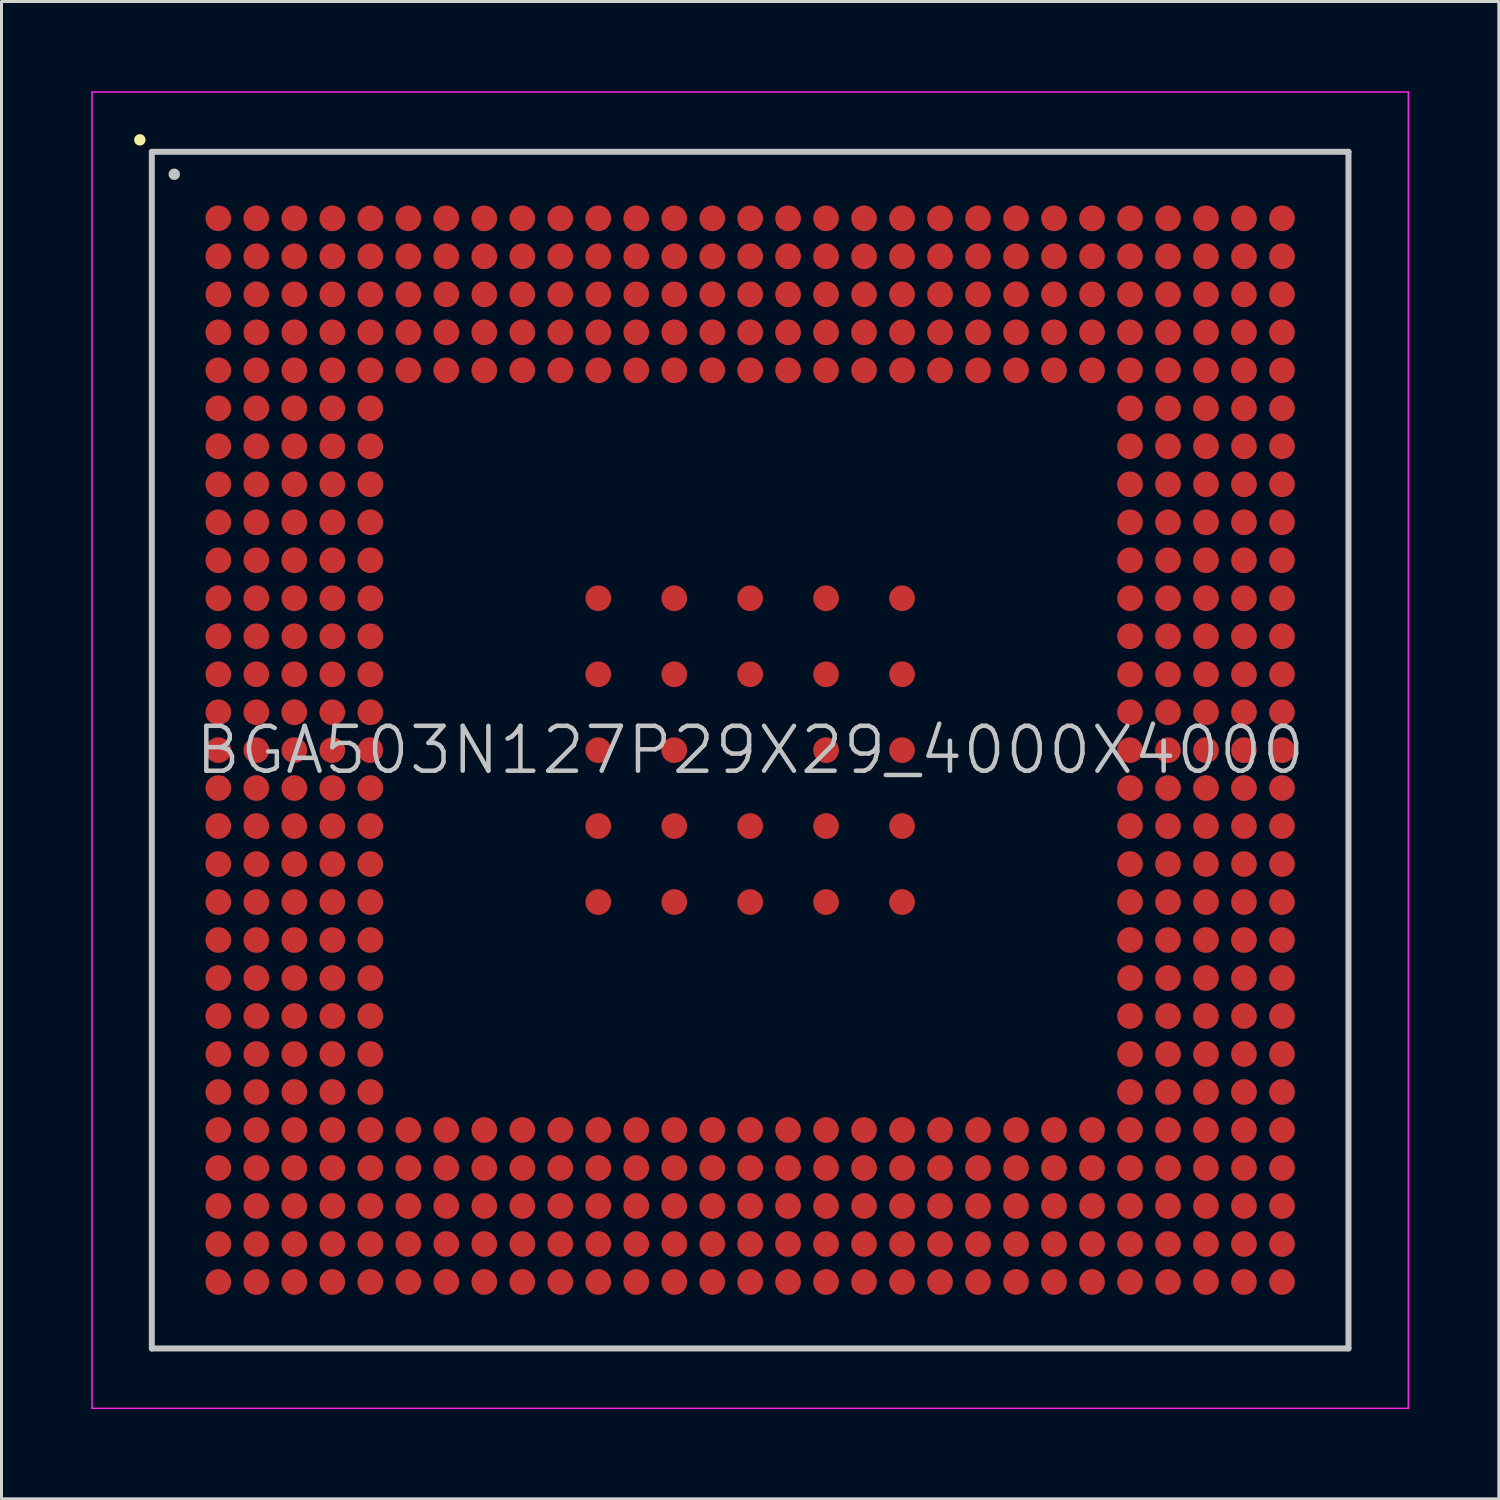
<source format=kicad_pcb>
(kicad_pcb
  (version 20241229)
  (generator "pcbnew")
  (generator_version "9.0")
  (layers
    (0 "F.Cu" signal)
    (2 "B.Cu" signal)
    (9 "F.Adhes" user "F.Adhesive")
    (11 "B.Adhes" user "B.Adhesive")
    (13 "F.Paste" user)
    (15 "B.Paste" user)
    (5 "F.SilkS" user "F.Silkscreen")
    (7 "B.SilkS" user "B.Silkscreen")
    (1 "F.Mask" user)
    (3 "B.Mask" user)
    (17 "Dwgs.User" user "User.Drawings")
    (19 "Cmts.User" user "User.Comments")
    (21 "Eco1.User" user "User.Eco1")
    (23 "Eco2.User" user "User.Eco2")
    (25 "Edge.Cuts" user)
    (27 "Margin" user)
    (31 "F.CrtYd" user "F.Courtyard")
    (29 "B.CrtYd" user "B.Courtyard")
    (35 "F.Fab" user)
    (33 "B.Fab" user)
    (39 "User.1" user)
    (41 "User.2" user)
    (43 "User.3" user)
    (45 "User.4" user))
  (footprint "BGA503N127P29X29_4000X4000"
    (layer "F.Cu")
    (at 22.025 22.025)
    (property "Reference" "BGA503N127P29X29_4000X4000" (at 0 0 0) (layer "Dwgs.User") (effects (font (size 1.5 1.5) (thickness 0.15))))
    (attr smd)
    (fp_line (start -20.4 -20.4) (end -20.4 -20.4) (stroke (width 0.381) (type solid)) (layer "F.SilkS"))
    (fp_line (start -20 -20) (end -20 20) (stroke (width 0.2) (type solid)) (layer "Dwgs.User"))
    (fp_line (start -20 -20) (end 20 -20) (stroke (width 0.2) (type solid)) (layer "Dwgs.User"))
    (fp_line (start -20 20) (end 20 20) (stroke (width 0.2) (type solid)) (layer "Dwgs.User"))
    (fp_line (start -19.25 -19.25) (end -19.25 -19.25) (stroke (width 0.381) (type solid)) (layer "Dwgs.User"))
    (fp_line (start 20 -20) (end 20 20) (stroke (width 0.2) (type solid)) (layer "Dwgs.User"))
    (fp_line (start -22 -22) (end -22 22) (stroke (width 0.05) (type solid)) (layer "F.CrtYd"))
    (fp_line (start -22 -22) (end 22 -22) (stroke (width 0.05) (type solid)) (layer "F.CrtYd"))
    (fp_line (start -22 22) (end 22 22) (stroke (width 0.05) (type solid)) (layer "F.CrtYd"))
    (fp_line (start 22 -22) (end 22 22) (stroke (width 0.05) (type solid)) (layer "F.CrtYd"))
    (pad "A1" smd circle (at -17.777 -17.777 270) (size 0.86 0.86) (layers "F.Cu" "F.Mask" "F.Paste"))
    (pad "A2" smd circle (at -16.507 -17.777 270) (size 0.86 0.86) (layers "F.Cu" "F.Mask" "F.Paste"))
    (pad "A3" smd circle (at -15.237 -17.777 270) (size 0.86 0.86) (layers "F.Cu" "F.Mask" "F.Paste"))
    (pad "A4" smd circle (at -13.967 -17.777 270) (size 0.86 0.86) (layers "F.Cu" "F.Mask" "F.Paste"))
    (pad "A5" smd circle (at -12.697 -17.777 270) (size 0.86 0.86) (layers "F.Cu" "F.Mask" "F.Paste"))
    (pad "A6" smd circle (at -11.427 -17.777 270) (size 0.86 0.86) (layers "F.Cu" "F.Mask" "F.Paste"))
    (pad "A7" smd circle (at -10.157 -17.777 270) (size 0.86 0.86) (layers "F.Cu" "F.Mask" "F.Paste"))
    (pad "A8" smd circle (at -8.887 -17.777 270) (size 0.86 0.86) (layers "F.Cu" "F.Mask" "F.Paste"))
    (pad "A9" smd circle (at -7.617 -17.777 270) (size 0.86 0.86) (layers "F.Cu" "F.Mask" "F.Paste"))
    (pad "A10" smd circle (at -6.347 -17.777 270) (size 0.86 0.86) (layers "F.Cu" "F.Mask" "F.Paste"))
    (pad "A11" smd circle (at -5.077 -17.777 270) (size 0.86 0.86) (layers "F.Cu" "F.Mask" "F.Paste"))
    (pad "A12" smd circle (at -3.807 -17.777 270) (size 0.86 0.86) (layers "F.Cu" "F.Mask" "F.Paste"))
    (pad "A13" smd circle (at -2.537 -17.777 270) (size 0.86 0.86) (layers "F.Cu" "F.Mask" "F.Paste"))
    (pad "A14" smd circle (at -1.267 -17.777 270) (size 0.86 0.86) (layers "F.Cu" "F.Mask" "F.Paste"))
    (pad "A15" smd circle (at 0 -17.777 270) (size 0.86 0.86) (layers "F.Cu" "F.Mask" "F.Paste"))
    (pad "A16" smd circle (at 1.267 -17.777 270) (size 0.86 0.86) (layers "F.Cu" "F.Mask" "F.Paste"))
    (pad "A17" smd circle (at 2.537 -17.777 270) (size 0.86 0.86) (layers "F.Cu" "F.Mask" "F.Paste"))
    (pad "A18" smd circle (at 3.807 -17.777 270) (size 0.86 0.86) (layers "F.Cu" "F.Mask" "F.Paste"))
    (pad "A19" smd circle (at 5.077 -17.777 270) (size 0.86 0.86) (layers "F.Cu" "F.Mask" "F.Paste"))
    (pad "A20" smd circle (at 6.347 -17.777 270) (size 0.86 0.86) (layers "F.Cu" "F.Mask" "F.Paste"))
    (pad "A21" smd circle (at 7.617 -17.777 270) (size 0.86 0.86) (layers "F.Cu" "F.Mask" "F.Paste"))
    (pad "A22" smd circle (at 8.887 -17.777 270) (size 0.86 0.86) (layers "F.Cu" "F.Mask" "F.Paste"))
    (pad "A23" smd circle (at 10.157 -17.777 270) (size 0.86 0.86) (layers "F.Cu" "F.Mask" "F.Paste"))
    (pad "A24" smd circle (at 11.427 -17.777 270) (size 0.86 0.86) (layers "F.Cu" "F.Mask" "F.Paste"))
    (pad "A25" smd circle (at 12.697 -17.777 270) (size 0.86 0.86) (layers "F.Cu" "F.Mask" "F.Paste"))
    (pad "A26" smd circle (at 13.967 -17.777 270) (size 0.86 0.86) (layers "F.Cu" "F.Mask" "F.Paste"))
    (pad "A27" smd circle (at 15.237 -17.777 270) (size 0.86 0.86) (layers "F.Cu" "F.Mask" "F.Paste"))
    (pad "A28" smd circle (at 16.507 -17.777 270) (size 0.86 0.86) (layers "F.Cu" "F.Mask" "F.Paste"))
    (pad "A29" smd circle (at 17.777 -17.777 270) (size 0.86 0.86) (layers "F.Cu" "F.Mask" "F.Paste"))
    (pad "AA1" smd circle (at -17.777 7.617 270) (size 0.86 0.86) (layers "F.Cu" "F.Mask" "F.Paste"))
    (pad "AA2" smd circle (at -16.507 7.617 270) (size 0.86 0.86) (layers "F.Cu" "F.Mask" "F.Paste"))
    (pad "AA3" smd circle (at -15.237 7.617 270) (size 0.86 0.86) (layers "F.Cu" "F.Mask" "F.Paste"))
    (pad "AA4" smd circle (at -13.967 7.617 270) (size 0.86 0.86) (layers "F.Cu" "F.Mask" "F.Paste"))
    (pad "AA5" smd circle (at -12.697 7.617 270) (size 0.86 0.86) (layers "F.Cu" "F.Mask" "F.Paste"))
    (pad "AA25" smd circle (at 12.697 7.617 270) (size 0.86 0.86) (layers "F.Cu" "F.Mask" "F.Paste"))
    (pad "AA26" smd circle (at 13.967 7.617 270) (size 0.86 0.86) (layers "F.Cu" "F.Mask" "F.Paste"))
    (pad "AA27" smd circle (at 15.237 7.617 270) (size 0.86 0.86) (layers "F.Cu" "F.Mask" "F.Paste"))
    (pad "AA28" smd circle (at 16.507 7.617 270) (size 0.86 0.86) (layers "F.Cu" "F.Mask" "F.Paste"))
    (pad "AA29" smd circle (at 17.777 7.617 270) (size 0.86 0.86) (layers "F.Cu" "F.Mask" "F.Paste"))
    (pad "AB1" smd circle (at -17.777 8.887 270) (size 0.86 0.86) (layers "F.Cu" "F.Mask" "F.Paste"))
    (pad "AB2" smd circle (at -16.507 8.887 270) (size 0.86 0.86) (layers "F.Cu" "F.Mask" "F.Paste"))
    (pad "AB3" smd circle (at -15.237 8.887 270) (size 0.86 0.86) (layers "F.Cu" "F.Mask" "F.Paste"))
    (pad "AB4" smd circle (at -13.967 8.887 270) (size 0.86 0.86) (layers "F.Cu" "F.Mask" "F.Paste"))
    (pad "AB5" smd circle (at -12.697 8.887 270) (size 0.86 0.86) (layers "F.Cu" "F.Mask" "F.Paste"))
    (pad "AB25" smd circle (at 12.697 8.887 270) (size 0.86 0.86) (layers "F.Cu" "F.Mask" "F.Paste"))
    (pad "AB26" smd circle (at 13.967 8.887 270) (size 0.86 0.86) (layers "F.Cu" "F.Mask" "F.Paste"))
    (pad "AB27" smd circle (at 15.237 8.887 270) (size 0.86 0.86) (layers "F.Cu" "F.Mask" "F.Paste"))
    (pad "AB28" smd circle (at 16.507 8.887 270) (size 0.86 0.86) (layers "F.Cu" "F.Mask" "F.Paste"))
    (pad "AB29" smd circle (at 17.777 8.887 270) (size 0.86 0.86) (layers "F.Cu" "F.Mask" "F.Paste"))
    (pad "AC1" smd circle (at -17.777 10.157 270) (size 0.86 0.86) (layers "F.Cu" "F.Mask" "F.Paste"))
    (pad "AC2" smd circle (at -16.507 10.157 270) (size 0.86 0.86) (layers "F.Cu" "F.Mask" "F.Paste"))
    (pad "AC3" smd circle (at -15.237 10.157 270) (size 0.86 0.86) (layers "F.Cu" "F.Mask" "F.Paste"))
    (pad "AC4" smd circle (at -13.967 10.157 270) (size 0.86 0.86) (layers "F.Cu" "F.Mask" "F.Paste"))
    (pad "AC5" smd circle (at -12.697 10.157 270) (size 0.86 0.86) (layers "F.Cu" "F.Mask" "F.Paste"))
    (pad "AC25" smd circle (at 12.697 10.157 270) (size 0.86 0.86) (layers "F.Cu" "F.Mask" "F.Paste"))
    (pad "AC26" smd circle (at 13.967 10.157 270) (size 0.86 0.86) (layers "F.Cu" "F.Mask" "F.Paste"))
    (pad "AC27" smd circle (at 15.237 10.157 270) (size 0.86 0.86) (layers "F.Cu" "F.Mask" "F.Paste"))
    (pad "AC28" smd circle (at 16.507 10.157 270) (size 0.86 0.86) (layers "F.Cu" "F.Mask" "F.Paste"))
    (pad "AC29" smd circle (at 17.777 10.157 270) (size 0.86 0.86) (layers "F.Cu" "F.Mask" "F.Paste"))
    (pad "AD1" smd circle (at -17.777 11.427 270) (size 0.86 0.86) (layers "F.Cu" "F.Mask" "F.Paste"))
    (pad "AD2" smd circle (at -16.507 11.427 270) (size 0.86 0.86) (layers "F.Cu" "F.Mask" "F.Paste"))
    (pad "AD3" smd circle (at -15.237 11.427 270) (size 0.86 0.86) (layers "F.Cu" "F.Mask" "F.Paste"))
    (pad "AD4" smd circle (at -13.967 11.427 270) (size 0.86 0.86) (layers "F.Cu" "F.Mask" "F.Paste"))
    (pad "AD5" smd circle (at -12.697 11.427 270) (size 0.86 0.86) (layers "F.Cu" "F.Mask" "F.Paste"))
    (pad "AD25" smd circle (at 12.697 11.427 270) (size 0.86 0.86) (layers "F.Cu" "F.Mask" "F.Paste"))
    (pad "AD26" smd circle (at 13.967 11.427 270) (size 0.86 0.86) (layers "F.Cu" "F.Mask" "F.Paste"))
    (pad "AD27" smd circle (at 15.237 11.427 270) (size 0.86 0.86) (layers "F.Cu" "F.Mask" "F.Paste"))
    (pad "AD28" smd circle (at 16.507 11.427 270) (size 0.86 0.86) (layers "F.Cu" "F.Mask" "F.Paste"))
    (pad "AD29" smd circle (at 17.777 11.427 270) (size 0.86 0.86) (layers "F.Cu" "F.Mask" "F.Paste"))
    (pad "AE1" smd circle (at -17.777 12.697 270) (size 0.86 0.86) (layers "F.Cu" "F.Mask" "F.Paste"))
    (pad "AE2" smd circle (at -16.507 12.697 270) (size 0.86 0.86) (layers "F.Cu" "F.Mask" "F.Paste"))
    (pad "AE3" smd circle (at -15.237 12.697 270) (size 0.86 0.86) (layers "F.Cu" "F.Mask" "F.Paste"))
    (pad "AE4" smd circle (at -13.967 12.697 270) (size 0.86 0.86) (layers "F.Cu" "F.Mask" "F.Paste"))
    (pad "AE5" smd circle (at -12.697 12.697 270) (size 0.86 0.86) (layers "F.Cu" "F.Mask" "F.Paste"))
    (pad "AE6" smd circle (at -11.427 12.697 270) (size 0.86 0.86) (layers "F.Cu" "F.Mask" "F.Paste"))
    (pad "AE7" smd circle (at -10.157 12.697 270) (size 0.86 0.86) (layers "F.Cu" "F.Mask" "F.Paste"))
    (pad "AE8" smd circle (at -8.887 12.697 270) (size 0.86 0.86) (layers "F.Cu" "F.Mask" "F.Paste"))
    (pad "AE9" smd circle (at -7.617 12.697 270) (size 0.86 0.86) (layers "F.Cu" "F.Mask" "F.Paste"))
    (pad "AE10" smd circle (at -6.347 12.697 270) (size 0.86 0.86) (layers "F.Cu" "F.Mask" "F.Paste"))
    (pad "AE11" smd circle (at -5.077 12.697 270) (size 0.86 0.86) (layers "F.Cu" "F.Mask" "F.Paste"))
    (pad "AE12" smd circle (at -3.807 12.697 270) (size 0.86 0.86) (layers "F.Cu" "F.Mask" "F.Paste"))
    (pad "AE13" smd circle (at -2.537 12.697 270) (size 0.86 0.86) (layers "F.Cu" "F.Mask" "F.Paste"))
    (pad "AE14" smd circle (at -1.267 12.697 270) (size 0.86 0.86) (layers "F.Cu" "F.Mask" "F.Paste"))
    (pad "AE15" smd circle (at 0 12.697 270) (size 0.86 0.86) (layers "F.Cu" "F.Mask" "F.Paste"))
    (pad "AE16" smd circle (at 1.267 12.697 270) (size 0.86 0.86) (layers "F.Cu" "F.Mask" "F.Paste"))
    (pad "AE17" smd circle (at 2.537 12.697 270) (size 0.86 0.86) (layers "F.Cu" "F.Mask" "F.Paste"))
    (pad "AE18" smd circle (at 3.807 12.697 270) (size 0.86 0.86) (layers "F.Cu" "F.Mask" "F.Paste"))
    (pad "AE19" smd circle (at 5.077 12.697 270) (size 0.86 0.86) (layers "F.Cu" "F.Mask" "F.Paste"))
    (pad "AE20" smd circle (at 6.347 12.697 270) (size 0.86 0.86) (layers "F.Cu" "F.Mask" "F.Paste"))
    (pad "AE21" smd circle (at 7.617 12.697 270) (size 0.86 0.86) (layers "F.Cu" "F.Mask" "F.Paste"))
    (pad "AE22" smd circle (at 8.887 12.697 270) (size 0.86 0.86) (layers "F.Cu" "F.Mask" "F.Paste"))
    (pad "AE23" smd circle (at 10.157 12.697 270) (size 0.86 0.86) (layers "F.Cu" "F.Mask" "F.Paste"))
    (pad "AE24" smd circle (at 11.427 12.697 270) (size 0.86 0.86) (layers "F.Cu" "F.Mask" "F.Paste"))
    (pad "AE25" smd circle (at 12.697 12.697 270) (size 0.86 0.86) (layers "F.Cu" "F.Mask" "F.Paste"))
    (pad "AE26" smd circle (at 13.967 12.697 270) (size 0.86 0.86) (layers "F.Cu" "F.Mask" "F.Paste"))
    (pad "AE27" smd circle (at 15.237 12.697 270) (size 0.86 0.86) (layers "F.Cu" "F.Mask" "F.Paste"))
    (pad "AE28" smd circle (at 16.507 12.697 270) (size 0.86 0.86) (layers "F.Cu" "F.Mask" "F.Paste"))
    (pad "AE29" smd circle (at 17.777 12.697 270) (size 0.86 0.86) (layers "F.Cu" "F.Mask" "F.Paste"))
    (pad "AF1" smd circle (at -17.777 13.967 270) (size 0.86 0.86) (layers "F.Cu" "F.Mask" "F.Paste"))
    (pad "AF2" smd circle (at -16.507 13.967 270) (size 0.86 0.86) (layers "F.Cu" "F.Mask" "F.Paste"))
    (pad "AF3" smd circle (at -15.237 13.967 270) (size 0.86 0.86) (layers "F.Cu" "F.Mask" "F.Paste"))
    (pad "AF4" smd circle (at -13.967 13.967 270) (size 0.86 0.86) (layers "F.Cu" "F.Mask" "F.Paste"))
    (pad "AF5" smd circle (at -12.697 13.967 270) (size 0.86 0.86) (layers "F.Cu" "F.Mask" "F.Paste"))
    (pad "AF6" smd circle (at -11.427 13.967 270) (size 0.86 0.86) (layers "F.Cu" "F.Mask" "F.Paste"))
    (pad "AF7" smd circle (at -10.157 13.967 270) (size 0.86 0.86) (layers "F.Cu" "F.Mask" "F.Paste"))
    (pad "AF8" smd circle (at -8.887 13.967 270) (size 0.86 0.86) (layers "F.Cu" "F.Mask" "F.Paste"))
    (pad "AF9" smd circle (at -7.617 13.967 270) (size 0.86 0.86) (layers "F.Cu" "F.Mask" "F.Paste"))
    (pad "AF10" smd circle (at -6.347 13.967 270) (size 0.86 0.86) (layers "F.Cu" "F.Mask" "F.Paste"))
    (pad "AF11" smd circle (at -5.077 13.967 270) (size 0.86 0.86) (layers "F.Cu" "F.Mask" "F.Paste"))
    (pad "AF12" smd circle (at -3.807 13.967 270) (size 0.86 0.86) (layers "F.Cu" "F.Mask" "F.Paste"))
    (pad "AF13" smd circle (at -2.537 13.967 270) (size 0.86 0.86) (layers "F.Cu" "F.Mask" "F.Paste"))
    (pad "AF14" smd circle (at -1.267 13.967 270) (size 0.86 0.86) (layers "F.Cu" "F.Mask" "F.Paste"))
    (pad "AF15" smd circle (at 0 13.967 270) (size 0.86 0.86) (layers "F.Cu" "F.Mask" "F.Paste"))
    (pad "AF16" smd circle (at 1.267 13.967 270) (size 0.86 0.86) (layers "F.Cu" "F.Mask" "F.Paste"))
    (pad "AF17" smd circle (at 2.537 13.967 270) (size 0.86 0.86) (layers "F.Cu" "F.Mask" "F.Paste"))
    (pad "AF18" smd circle (at 3.807 13.967 270) (size 0.86 0.86) (layers "F.Cu" "F.Mask" "F.Paste"))
    (pad "AF19" smd circle (at 5.077 13.967 270) (size 0.86 0.86) (layers "F.Cu" "F.Mask" "F.Paste"))
    (pad "AF20" smd circle (at 6.347 13.967 270) (size 0.86 0.86) (layers "F.Cu" "F.Mask" "F.Paste"))
    (pad "AF21" smd circle (at 7.617 13.967 270) (size 0.86 0.86) (layers "F.Cu" "F.Mask" "F.Paste"))
    (pad "AF22" smd circle (at 8.887 13.967 270) (size 0.86 0.86) (layers "F.Cu" "F.Mask" "F.Paste"))
    (pad "AF23" smd circle (at 10.157 13.967 270) (size 0.86 0.86) (layers "F.Cu" "F.Mask" "F.Paste"))
    (pad "AF24" smd circle (at 11.427 13.967 270) (size 0.86 0.86) (layers "F.Cu" "F.Mask" "F.Paste"))
    (pad "AF25" smd circle (at 12.697 13.967 270) (size 0.86 0.86) (layers "F.Cu" "F.Mask" "F.Paste"))
    (pad "AF26" smd circle (at 13.967 13.967 270) (size 0.86 0.86) (layers "F.Cu" "F.Mask" "F.Paste"))
    (pad "AF27" smd circle (at 15.237 13.967 270) (size 0.86 0.86) (layers "F.Cu" "F.Mask" "F.Paste"))
    (pad "AF28" smd circle (at 16.507 13.967 270) (size 0.86 0.86) (layers "F.Cu" "F.Mask" "F.Paste"))
    (pad "AF29" smd circle (at 17.777 13.967 270) (size 0.86 0.86) (layers "F.Cu" "F.Mask" "F.Paste"))
    (pad "AG1" smd circle (at -17.777 15.237 270) (size 0.86 0.86) (layers "F.Cu" "F.Mask" "F.Paste"))
    (pad "AG2" smd circle (at -16.507 15.237 270) (size 0.86 0.86) (layers "F.Cu" "F.Mask" "F.Paste"))
    (pad "AG3" smd circle (at -15.237 15.237 270) (size 0.86 0.86) (layers "F.Cu" "F.Mask" "F.Paste"))
    (pad "AG4" smd circle (at -13.967 15.237 270) (size 0.86 0.86) (layers "F.Cu" "F.Mask" "F.Paste"))
    (pad "AG5" smd circle (at -12.697 15.237 270) (size 0.86 0.86) (layers "F.Cu" "F.Mask" "F.Paste"))
    (pad "AG6" smd circle (at -11.427 15.237 270) (size 0.86 0.86) (layers "F.Cu" "F.Mask" "F.Paste"))
    (pad "AG7" smd circle (at -10.157 15.237 270) (size 0.86 0.86) (layers "F.Cu" "F.Mask" "F.Paste"))
    (pad "AG8" smd circle (at -8.887 15.237 270) (size 0.86 0.86) (layers "F.Cu" "F.Mask" "F.Paste"))
    (pad "AG9" smd circle (at -7.617 15.237 270) (size 0.86 0.86) (layers "F.Cu" "F.Mask" "F.Paste"))
    (pad "AG10" smd circle (at -6.347 15.237 270) (size 0.86 0.86) (layers "F.Cu" "F.Mask" "F.Paste"))
    (pad "AG11" smd circle (at -5.077 15.237 270) (size 0.86 0.86) (layers "F.Cu" "F.Mask" "F.Paste"))
    (pad "AG12" smd circle (at -3.807 15.237 270) (size 0.86 0.86) (layers "F.Cu" "F.Mask" "F.Paste"))
    (pad "AG13" smd circle (at -2.537 15.237 270) (size 0.86 0.86) (layers "F.Cu" "F.Mask" "F.Paste"))
    (pad "AG14" smd circle (at -1.267 15.237 270) (size 0.86 0.86) (layers "F.Cu" "F.Mask" "F.Paste"))
    (pad "AG15" smd circle (at 0 15.237 270) (size 0.86 0.86) (layers "F.Cu" "F.Mask" "F.Paste"))
    (pad "AG16" smd circle (at 1.267 15.237 270) (size 0.86 0.86) (layers "F.Cu" "F.Mask" "F.Paste"))
    (pad "AG17" smd circle (at 2.537 15.237 270) (size 0.86 0.86) (layers "F.Cu" "F.Mask" "F.Paste"))
    (pad "AG18" smd circle (at 3.807 15.237 270) (size 0.86 0.86) (layers "F.Cu" "F.Mask" "F.Paste"))
    (pad "AG19" smd circle (at 5.077 15.237 270) (size 0.86 0.86) (layers "F.Cu" "F.Mask" "F.Paste"))
    (pad "AG20" smd circle (at 6.347 15.237 270) (size 0.86 0.86) (layers "F.Cu" "F.Mask" "F.Paste"))
    (pad "AG21" smd circle (at 7.617 15.237 270) (size 0.86 0.86) (layers "F.Cu" "F.Mask" "F.Paste"))
    (pad "AG22" smd circle (at 8.887 15.237 270) (size 0.86 0.86) (layers "F.Cu" "F.Mask" "F.Paste"))
    (pad "AG23" smd circle (at 10.157 15.237 270) (size 0.86 0.86) (layers "F.Cu" "F.Mask" "F.Paste"))
    (pad "AG24" smd circle (at 11.427 15.237 270) (size 0.86 0.86) (layers "F.Cu" "F.Mask" "F.Paste"))
    (pad "AG25" smd circle (at 12.697 15.237 270) (size 0.86 0.86) (layers "F.Cu" "F.Mask" "F.Paste"))
    (pad "AG26" smd circle (at 13.967 15.237 270) (size 0.86 0.86) (layers "F.Cu" "F.Mask" "F.Paste"))
    (pad "AG27" smd circle (at 15.237 15.237 270) (size 0.86 0.86) (layers "F.Cu" "F.Mask" "F.Paste"))
    (pad "AG28" smd circle (at 16.507 15.237 270) (size 0.86 0.86) (layers "F.Cu" "F.Mask" "F.Paste"))
    (pad "AG29" smd circle (at 17.777 15.237 270) (size 0.86 0.86) (layers "F.Cu" "F.Mask" "F.Paste"))
    (pad "AH1" smd circle (at -17.777 16.507 270) (size 0.86 0.86) (layers "F.Cu" "F.Mask" "F.Paste"))
    (pad "AH2" smd circle (at -16.507 16.507 270) (size 0.86 0.86) (layers "F.Cu" "F.Mask" "F.Paste"))
    (pad "AH3" smd circle (at -15.237 16.507 270) (size 0.86 0.86) (layers "F.Cu" "F.Mask" "F.Paste"))
    (pad "AH4" smd circle (at -13.967 16.507 270) (size 0.86 0.86) (layers "F.Cu" "F.Mask" "F.Paste"))
    (pad "AH5" smd circle (at -12.697 16.507 270) (size 0.86 0.86) (layers "F.Cu" "F.Mask" "F.Paste"))
    (pad "AH6" smd circle (at -11.427 16.507 270) (size 0.86 0.86) (layers "F.Cu" "F.Mask" "F.Paste"))
    (pad "AH7" smd circle (at -10.157 16.507 270) (size 0.86 0.86) (layers "F.Cu" "F.Mask" "F.Paste"))
    (pad "AH8" smd circle (at -8.887 16.507 270) (size 0.86 0.86) (layers "F.Cu" "F.Mask" "F.Paste"))
    (pad "AH9" smd circle (at -7.617 16.507 270) (size 0.86 0.86) (layers "F.Cu" "F.Mask" "F.Paste"))
    (pad "AH10" smd circle (at -6.347 16.507 270) (size 0.86 0.86) (layers "F.Cu" "F.Mask" "F.Paste"))
    (pad "AH11" smd circle (at -5.077 16.507 270) (size 0.86 0.86) (layers "F.Cu" "F.Mask" "F.Paste"))
    (pad "AH12" smd circle (at -3.807 16.507 270) (size 0.86 0.86) (layers "F.Cu" "F.Mask" "F.Paste"))
    (pad "AH13" smd circle (at -2.537 16.507 270) (size 0.86 0.86) (layers "F.Cu" "F.Mask" "F.Paste"))
    (pad "AH14" smd circle (at -1.267 16.507 270) (size 0.86 0.86) (layers "F.Cu" "F.Mask" "F.Paste"))
    (pad "AH15" smd circle (at 0 16.507 270) (size 0.86 0.86) (layers "F.Cu" "F.Mask" "F.Paste"))
    (pad "AH16" smd circle (at 1.267 16.507 270) (size 0.86 0.86) (layers "F.Cu" "F.Mask" "F.Paste"))
    (pad "AH17" smd circle (at 2.537 16.507 270) (size 0.86 0.86) (layers "F.Cu" "F.Mask" "F.Paste"))
    (pad "AH18" smd circle (at 3.807 16.507 270) (size 0.86 0.86) (layers "F.Cu" "F.Mask" "F.Paste"))
    (pad "AH19" smd circle (at 5.077 16.507 270) (size 0.86 0.86) (layers "F.Cu" "F.Mask" "F.Paste"))
    (pad "AH20" smd circle (at 6.347 16.507 270) (size 0.86 0.86) (layers "F.Cu" "F.Mask" "F.Paste"))
    (pad "AH21" smd circle (at 7.617 16.507 270) (size 0.86 0.86) (layers "F.Cu" "F.Mask" "F.Paste"))
    (pad "AH22" smd circle (at 8.887 16.507 270) (size 0.86 0.86) (layers "F.Cu" "F.Mask" "F.Paste"))
    (pad "AH23" smd circle (at 10.157 16.507 270) (size 0.86 0.86) (layers "F.Cu" "F.Mask" "F.Paste"))
    (pad "AH24" smd circle (at 11.427 16.507 270) (size 0.86 0.86) (layers "F.Cu" "F.Mask" "F.Paste"))
    (pad "AH25" smd circle (at 12.697 16.507 270) (size 0.86 0.86) (layers "F.Cu" "F.Mask" "F.Paste"))
    (pad "AH26" smd circle (at 13.967 16.507 270) (size 0.86 0.86) (layers "F.Cu" "F.Mask" "F.Paste"))
    (pad "AH27" smd circle (at 15.237 16.507 270) (size 0.86 0.86) (layers "F.Cu" "F.Mask" "F.Paste"))
    (pad "AH28" smd circle (at 16.507 16.507 270) (size 0.86 0.86) (layers "F.Cu" "F.Mask" "F.Paste"))
    (pad "AH29" smd circle (at 17.777 16.507 270) (size 0.86 0.86) (layers "F.Cu" "F.Mask" "F.Paste"))
    (pad "AJ1" smd circle (at -17.777 17.777 270) (size 0.86 0.86) (layers "F.Cu" "F.Mask" "F.Paste"))
    (pad "AJ2" smd circle (at -16.507 17.777 270) (size 0.86 0.86) (layers "F.Cu" "F.Mask" "F.Paste"))
    (pad "AJ3" smd circle (at -15.237 17.777 270) (size 0.86 0.86) (layers "F.Cu" "F.Mask" "F.Paste"))
    (pad "AJ4" smd circle (at -13.967 17.777 270) (size 0.86 0.86) (layers "F.Cu" "F.Mask" "F.Paste"))
    (pad "AJ5" smd circle (at -12.697 17.777 270) (size 0.86 0.86) (layers "F.Cu" "F.Mask" "F.Paste"))
    (pad "AJ6" smd circle (at -11.427 17.777 270) (size 0.86 0.86) (layers "F.Cu" "F.Mask" "F.Paste"))
    (pad "AJ7" smd circle (at -10.157 17.777 270) (size 0.86 0.86) (layers "F.Cu" "F.Mask" "F.Paste"))
    (pad "AJ8" smd circle (at -8.887 17.777 270) (size 0.86 0.86) (layers "F.Cu" "F.Mask" "F.Paste"))
    (pad "AJ9" smd circle (at -7.617 17.777 270) (size 0.86 0.86) (layers "F.Cu" "F.Mask" "F.Paste"))
    (pad "AJ10" smd circle (at -6.347 17.777 270) (size 0.86 0.86) (layers "F.Cu" "F.Mask" "F.Paste"))
    (pad "AJ11" smd circle (at -5.077 17.777 270) (size 0.86 0.86) (layers "F.Cu" "F.Mask" "F.Paste"))
    (pad "AJ12" smd circle (at -3.807 17.777 270) (size 0.86 0.86) (layers "F.Cu" "F.Mask" "F.Paste"))
    (pad "AJ13" smd circle (at -2.537 17.777 270) (size 0.86 0.86) (layers "F.Cu" "F.Mask" "F.Paste"))
    (pad "AJ14" smd circle (at -1.267 17.777 270) (size 0.86 0.86) (layers "F.Cu" "F.Mask" "F.Paste"))
    (pad "AJ15" smd circle (at 0 17.777 270) (size 0.86 0.86) (layers "F.Cu" "F.Mask" "F.Paste"))
    (pad "AJ16" smd circle (at 1.267 17.777 270) (size 0.86 0.86) (layers "F.Cu" "F.Mask" "F.Paste"))
    (pad "AJ17" smd circle (at 2.537 17.777 270) (size 0.86 0.86) (layers "F.Cu" "F.Mask" "F.Paste"))
    (pad "AJ18" smd circle (at 3.807 17.777 270) (size 0.86 0.86) (layers "F.Cu" "F.Mask" "F.Paste"))
    (pad "AJ19" smd circle (at 5.077 17.777 270) (size 0.86 0.86) (layers "F.Cu" "F.Mask" "F.Paste"))
    (pad "AJ20" smd circle (at 6.347 17.777 270) (size 0.86 0.86) (layers "F.Cu" "F.Mask" "F.Paste"))
    (pad "AJ21" smd circle (at 7.617 17.777 270) (size 0.86 0.86) (layers "F.Cu" "F.Mask" "F.Paste"))
    (pad "AJ22" smd circle (at 8.887 17.777 270) (size 0.86 0.86) (layers "F.Cu" "F.Mask" "F.Paste"))
    (pad "AJ23" smd circle (at 10.157 17.777 270) (size 0.86 0.86) (layers "F.Cu" "F.Mask" "F.Paste"))
    (pad "AJ24" smd circle (at 11.427 17.777 270) (size 0.86 0.86) (layers "F.Cu" "F.Mask" "F.Paste"))
    (pad "AJ25" smd circle (at 12.697 17.777 270) (size 0.86 0.86) (layers "F.Cu" "F.Mask" "F.Paste"))
    (pad "AJ26" smd circle (at 13.967 17.777 270) (size 0.86 0.86) (layers "F.Cu" "F.Mask" "F.Paste"))
    (pad "AJ27" smd circle (at 15.237 17.777 270) (size 0.86 0.86) (layers "F.Cu" "F.Mask" "F.Paste"))
    (pad "AJ28" smd circle (at 16.507 17.777 270) (size 0.86 0.86) (layers "F.Cu" "F.Mask" "F.Paste"))
    (pad "AJ29" smd circle (at 17.777 17.777 270) (size 0.86 0.86) (layers "F.Cu" "F.Mask" "F.Paste"))
    (pad "B1" smd circle (at -17.777 -16.507 270) (size 0.86 0.86) (layers "F.Cu" "F.Mask" "F.Paste"))
    (pad "B2" smd circle (at -16.507 -16.507 270) (size 0.86 0.86) (layers "F.Cu" "F.Mask" "F.Paste"))
    (pad "B3" smd circle (at -15.237 -16.507 270) (size 0.86 0.86) (layers "F.Cu" "F.Mask" "F.Paste"))
    (pad "B4" smd circle (at -13.967 -16.507 270) (size 0.86 0.86) (layers "F.Cu" "F.Mask" "F.Paste"))
    (pad "B5" smd circle (at -12.697 -16.507 270) (size 0.86 0.86) (layers "F.Cu" "F.Mask" "F.Paste"))
    (pad "B6" smd circle (at -11.427 -16.507 270) (size 0.86 0.86) (layers "F.Cu" "F.Mask" "F.Paste"))
    (pad "B7" smd circle (at -10.157 -16.507 270) (size 0.86 0.86) (layers "F.Cu" "F.Mask" "F.Paste"))
    (pad "B8" smd circle (at -8.887 -16.507 270) (size 0.86 0.86) (layers "F.Cu" "F.Mask" "F.Paste"))
    (pad "B9" smd circle (at -7.617 -16.507 270) (size 0.86 0.86) (layers "F.Cu" "F.Mask" "F.Paste"))
    (pad "B10" smd circle (at -6.347 -16.507 270) (size 0.86 0.86) (layers "F.Cu" "F.Mask" "F.Paste"))
    (pad "B11" smd circle (at -5.077 -16.507 270) (size 0.86 0.86) (layers "F.Cu" "F.Mask" "F.Paste"))
    (pad "B12" smd circle (at -3.807 -16.507 270) (size 0.86 0.86) (layers "F.Cu" "F.Mask" "F.Paste"))
    (pad "B13" smd circle (at -2.537 -16.507 270) (size 0.86 0.86) (layers "F.Cu" "F.Mask" "F.Paste"))
    (pad "B14" smd circle (at -1.267 -16.507 270) (size 0.86 0.86) (layers "F.Cu" "F.Mask" "F.Paste"))
    (pad "B15" smd circle (at 0 -16.507 270) (size 0.86 0.86) (layers "F.Cu" "F.Mask" "F.Paste"))
    (pad "B16" smd circle (at 1.267 -16.507 270) (size 0.86 0.86) (layers "F.Cu" "F.Mask" "F.Paste"))
    (pad "B17" smd circle (at 2.537 -16.507 270) (size 0.86 0.86) (layers "F.Cu" "F.Mask" "F.Paste"))
    (pad "B18" smd circle (at 3.807 -16.507 270) (size 0.86 0.86) (layers "F.Cu" "F.Mask" "F.Paste"))
    (pad "B19" smd circle (at 5.077 -16.507 270) (size 0.86 0.86) (layers "F.Cu" "F.Mask" "F.Paste"))
    (pad "B20" smd circle (at 6.347 -16.507 270) (size 0.86 0.86) (layers "F.Cu" "F.Mask" "F.Paste"))
    (pad "B21" smd circle (at 7.617 -16.507 270) (size 0.86 0.86) (layers "F.Cu" "F.Mask" "F.Paste"))
    (pad "B22" smd circle (at 8.887 -16.507 270) (size 0.86 0.86) (layers "F.Cu" "F.Mask" "F.Paste"))
    (pad "B23" smd circle (at 10.157 -16.507 270) (size 0.86 0.86) (layers "F.Cu" "F.Mask" "F.Paste"))
    (pad "B24" smd circle (at 11.427 -16.507 270) (size 0.86 0.86) (layers "F.Cu" "F.Mask" "F.Paste"))
    (pad "B25" smd circle (at 12.697 -16.507 270) (size 0.86 0.86) (layers "F.Cu" "F.Mask" "F.Paste"))
    (pad "B26" smd circle (at 13.967 -16.507 270) (size 0.86 0.86) (layers "F.Cu" "F.Mask" "F.Paste"))
    (pad "B27" smd circle (at 15.237 -16.507 270) (size 0.86 0.86) (layers "F.Cu" "F.Mask" "F.Paste"))
    (pad "B28" smd circle (at 16.507 -16.507 270) (size 0.86 0.86) (layers "F.Cu" "F.Mask" "F.Paste"))
    (pad "B29" smd circle (at 17.777 -16.507 270) (size 0.86 0.86) (layers "F.Cu" "F.Mask" "F.Paste"))
    (pad "C1" smd circle (at -17.777 -15.237 270) (size 0.86 0.86) (layers "F.Cu" "F.Mask" "F.Paste"))
    (pad "C2" smd circle (at -16.507 -15.237 270) (size 0.86 0.86) (layers "F.Cu" "F.Mask" "F.Paste"))
    (pad "C3" smd circle (at -15.237 -15.237 270) (size 0.86 0.86) (layers "F.Cu" "F.Mask" "F.Paste"))
    (pad "C4" smd circle (at -13.967 -15.237 270) (size 0.86 0.86) (layers "F.Cu" "F.Mask" "F.Paste"))
    (pad "C5" smd circle (at -12.697 -15.237 270) (size 0.86 0.86) (layers "F.Cu" "F.Mask" "F.Paste"))
    (pad "C6" smd circle (at -11.427 -15.237 270) (size 0.86 0.86) (layers "F.Cu" "F.Mask" "F.Paste"))
    (pad "C7" smd circle (at -10.157 -15.237 270) (size 0.86 0.86) (layers "F.Cu" "F.Mask" "F.Paste"))
    (pad "C8" smd circle (at -8.887 -15.237 270) (size 0.86 0.86) (layers "F.Cu" "F.Mask" "F.Paste"))
    (pad "C9" smd circle (at -7.617 -15.237 270) (size 0.86 0.86) (layers "F.Cu" "F.Mask" "F.Paste"))
    (pad "C10" smd circle (at -6.347 -15.237 270) (size 0.86 0.86) (layers "F.Cu" "F.Mask" "F.Paste"))
    (pad "C11" smd circle (at -5.077 -15.237 270) (size 0.86 0.86) (layers "F.Cu" "F.Mask" "F.Paste"))
    (pad "C12" smd circle (at -3.807 -15.237 270) (size 0.86 0.86) (layers "F.Cu" "F.Mask" "F.Paste"))
    (pad "C13" smd circle (at -2.537 -15.237 270) (size 0.86 0.86) (layers "F.Cu" "F.Mask" "F.Paste"))
    (pad "C14" smd circle (at -1.267 -15.237 270) (size 0.86 0.86) (layers "F.Cu" "F.Mask" "F.Paste"))
    (pad "C15" smd circle (at 0 -15.237 270) (size 0.86 0.86) (layers "F.Cu" "F.Mask" "F.Paste"))
    (pad "C16" smd circle (at 1.267 -15.237 270) (size 0.86 0.86) (layers "F.Cu" "F.Mask" "F.Paste"))
    (pad "C17" smd circle (at 2.537 -15.237 270) (size 0.86 0.86) (layers "F.Cu" "F.Mask" "F.Paste"))
    (pad "C18" smd circle (at 3.807 -15.237 270) (size 0.86 0.86) (layers "F.Cu" "F.Mask" "F.Paste"))
    (pad "C19" smd circle (at 5.077 -15.237 270) (size 0.86 0.86) (layers "F.Cu" "F.Mask" "F.Paste"))
    (pad "C20" smd circle (at 6.347 -15.237 270) (size 0.86 0.86) (layers "F.Cu" "F.Mask" "F.Paste"))
    (pad "C21" smd circle (at 7.617 -15.237 270) (size 0.86 0.86) (layers "F.Cu" "F.Mask" "F.Paste"))
    (pad "C22" smd circle (at 8.887 -15.237 270) (size 0.86 0.86) (layers "F.Cu" "F.Mask" "F.Paste"))
    (pad "C23" smd circle (at 10.157 -15.237 270) (size 0.86 0.86) (layers "F.Cu" "F.Mask" "F.Paste"))
    (pad "C24" smd circle (at 11.427 -15.237 270) (size 0.86 0.86) (layers "F.Cu" "F.Mask" "F.Paste"))
    (pad "C25" smd circle (at 12.697 -15.237 270) (size 0.86 0.86) (layers "F.Cu" "F.Mask" "F.Paste"))
    (pad "C26" smd circle (at 13.967 -15.237 270) (size 0.86 0.86) (layers "F.Cu" "F.Mask" "F.Paste"))
    (pad "C27" smd circle (at 15.237 -15.237 270) (size 0.86 0.86) (layers "F.Cu" "F.Mask" "F.Paste"))
    (pad "C28" smd circle (at 16.507 -15.237 270) (size 0.86 0.86) (layers "F.Cu" "F.Mask" "F.Paste"))
    (pad "C29" smd circle (at 17.777 -15.237 270) (size 0.86 0.86) (layers "F.Cu" "F.Mask" "F.Paste"))
    (pad "D1" smd circle (at -17.777 -13.967 270) (size 0.86 0.86) (layers "F.Cu" "F.Mask" "F.Paste"))
    (pad "D2" smd circle (at -16.507 -13.967 270) (size 0.86 0.86) (layers "F.Cu" "F.Mask" "F.Paste"))
    (pad "D3" smd circle (at -15.237 -13.967 270) (size 0.86 0.86) (layers "F.Cu" "F.Mask" "F.Paste"))
    (pad "D4" smd circle (at -13.967 -13.967 270) (size 0.86 0.86) (layers "F.Cu" "F.Mask" "F.Paste"))
    (pad "D5" smd circle (at -12.697 -13.967 270) (size 0.86 0.86) (layers "F.Cu" "F.Mask" "F.Paste"))
    (pad "D6" smd circle (at -11.427 -13.967 270) (size 0.86 0.86) (layers "F.Cu" "F.Mask" "F.Paste"))
    (pad "D7" smd circle (at -10.157 -13.967 270) (size 0.86 0.86) (layers "F.Cu" "F.Mask" "F.Paste"))
    (pad "D8" smd circle (at -8.887 -13.967 270) (size 0.86 0.86) (layers "F.Cu" "F.Mask" "F.Paste"))
    (pad "D9" smd circle (at -7.617 -13.967 270) (size 0.86 0.86) (layers "F.Cu" "F.Mask" "F.Paste"))
    (pad "D10" smd circle (at -6.347 -13.967 270) (size 0.86 0.86) (layers "F.Cu" "F.Mask" "F.Paste"))
    (pad "D11" smd circle (at -5.077 -13.967 270) (size 0.86 0.86) (layers "F.Cu" "F.Mask" "F.Paste"))
    (pad "D12" smd circle (at -3.807 -13.967 270) (size 0.86 0.86) (layers "F.Cu" "F.Mask" "F.Paste"))
    (pad "D13" smd circle (at -2.537 -13.967 270) (size 0.86 0.86) (layers "F.Cu" "F.Mask" "F.Paste"))
    (pad "D14" smd circle (at -1.267 -13.967 270) (size 0.86 0.86) (layers "F.Cu" "F.Mask" "F.Paste"))
    (pad "D15" smd circle (at 0 -13.967 270) (size 0.86 0.86) (layers "F.Cu" "F.Mask" "F.Paste"))
    (pad "D16" smd circle (at 1.267 -13.967 270) (size 0.86 0.86) (layers "F.Cu" "F.Mask" "F.Paste"))
    (pad "D17" smd circle (at 2.537 -13.967 270) (size 0.86 0.86) (layers "F.Cu" "F.Mask" "F.Paste"))
    (pad "D18" smd circle (at 3.807 -13.967 270) (size 0.86 0.86) (layers "F.Cu" "F.Mask" "F.Paste"))
    (pad "D19" smd circle (at 5.077 -13.967 270) (size 0.86 0.86) (layers "F.Cu" "F.Mask" "F.Paste"))
    (pad "D20" smd circle (at 6.347 -13.967 270) (size 0.86 0.86) (layers "F.Cu" "F.Mask" "F.Paste"))
    (pad "D21" smd circle (at 7.617 -13.967 270) (size 0.86 0.86) (layers "F.Cu" "F.Mask" "F.Paste"))
    (pad "D22" smd circle (at 8.887 -13.967 270) (size 0.86 0.86) (layers "F.Cu" "F.Mask" "F.Paste"))
    (pad "D23" smd circle (at 10.157 -13.967 270) (size 0.86 0.86) (layers "F.Cu" "F.Mask" "F.Paste"))
    (pad "D24" smd circle (at 11.427 -13.967 270) (size 0.86 0.86) (layers "F.Cu" "F.Mask" "F.Paste"))
    (pad "D25" smd circle (at 12.697 -13.967 270) (size 0.86 0.86) (layers "F.Cu" "F.Mask" "F.Paste"))
    (pad "D26" smd circle (at 13.967 -13.967 270) (size 0.86 0.86) (layers "F.Cu" "F.Mask" "F.Paste"))
    (pad "D27" smd circle (at 15.237 -13.967 270) (size 0.86 0.86) (layers "F.Cu" "F.Mask" "F.Paste"))
    (pad "D28" smd circle (at 16.507 -13.967 270) (size 0.86 0.86) (layers "F.Cu" "F.Mask" "F.Paste"))
    (pad "D29" smd circle (at 17.777 -13.967 270) (size 0.86 0.86) (layers "F.Cu" "F.Mask" "F.Paste"))
    (pad "E1" smd circle (at -17.777 -12.697 270) (size 0.86 0.86) (layers "F.Cu" "F.Mask" "F.Paste"))
    (pad "E2" smd circle (at -16.507 -12.697 270) (size 0.86 0.86) (layers "F.Cu" "F.Mask" "F.Paste"))
    (pad "E3" smd circle (at -15.237 -12.697 270) (size 0.86 0.86) (layers "F.Cu" "F.Mask" "F.Paste"))
    (pad "E4" smd circle (at -13.967 -12.697 270) (size 0.86 0.86) (layers "F.Cu" "F.Mask" "F.Paste"))
    (pad "E5" smd circle (at -12.697 -12.697 270) (size 0.86 0.86) (layers "F.Cu" "F.Mask" "F.Paste"))
    (pad "E6" smd circle (at -11.427 -12.697 270) (size 0.86 0.86) (layers "F.Cu" "F.Mask" "F.Paste"))
    (pad "E7" smd circle (at -10.157 -12.697 270) (size 0.86 0.86) (layers "F.Cu" "F.Mask" "F.Paste"))
    (pad "E8" smd circle (at -8.887 -12.697 270) (size 0.86 0.86) (layers "F.Cu" "F.Mask" "F.Paste"))
    (pad "E9" smd circle (at -7.617 -12.697 270) (size 0.86 0.86) (layers "F.Cu" "F.Mask" "F.Paste"))
    (pad "E10" smd circle (at -6.347 -12.697 270) (size 0.86 0.86) (layers "F.Cu" "F.Mask" "F.Paste"))
    (pad "E11" smd circle (at -5.077 -12.697 270) (size 0.86 0.86) (layers "F.Cu" "F.Mask" "F.Paste"))
    (pad "E12" smd circle (at -3.807 -12.697 270) (size 0.86 0.86) (layers "F.Cu" "F.Mask" "F.Paste"))
    (pad "E13" smd circle (at -2.537 -12.697 270) (size 0.86 0.86) (layers "F.Cu" "F.Mask" "F.Paste"))
    (pad "E14" smd circle (at -1.267 -12.697 270) (size 0.86 0.86) (layers "F.Cu" "F.Mask" "F.Paste"))
    (pad "E15" smd circle (at 0 -12.697 270) (size 0.86 0.86) (layers "F.Cu" "F.Mask" "F.Paste"))
    (pad "E16" smd circle (at 1.267 -12.697 270) (size 0.86 0.86) (layers "F.Cu" "F.Mask" "F.Paste"))
    (pad "E17" smd circle (at 2.537 -12.697 270) (size 0.86 0.86) (layers "F.Cu" "F.Mask" "F.Paste"))
    (pad "E18" smd circle (at 3.807 -12.697 270) (size 0.86 0.86) (layers "F.Cu" "F.Mask" "F.Paste"))
    (pad "E19" smd circle (at 5.077 -12.697 270) (size 0.86 0.86) (layers "F.Cu" "F.Mask" "F.Paste"))
    (pad "E20" smd circle (at 6.347 -12.697 270) (size 0.86 0.86) (layers "F.Cu" "F.Mask" "F.Paste"))
    (pad "E21" smd circle (at 7.617 -12.697 270) (size 0.86 0.86) (layers "F.Cu" "F.Mask" "F.Paste"))
    (pad "E22" smd circle (at 8.887 -12.697 270) (size 0.86 0.86) (layers "F.Cu" "F.Mask" "F.Paste"))
    (pad "E23" smd circle (at 10.157 -12.697 270) (size 0.86 0.86) (layers "F.Cu" "F.Mask" "F.Paste"))
    (pad "E24" smd circle (at 11.427 -12.697 270) (size 0.86 0.86) (layers "F.Cu" "F.Mask" "F.Paste"))
    (pad "E25" smd circle (at 12.697 -12.697 270) (size 0.86 0.86) (layers "F.Cu" "F.Mask" "F.Paste"))
    (pad "E26" smd circle (at 13.967 -12.697 270) (size 0.86 0.86) (layers "F.Cu" "F.Mask" "F.Paste"))
    (pad "E27" smd circle (at 15.237 -12.697 270) (size 0.86 0.86) (layers "F.Cu" "F.Mask" "F.Paste"))
    (pad "E28" smd circle (at 16.507 -12.697 270) (size 0.86 0.86) (layers "F.Cu" "F.Mask" "F.Paste"))
    (pad "E29" smd circle (at 17.777 -12.697 270) (size 0.86 0.86) (layers "F.Cu" "F.Mask" "F.Paste"))
    (pad "F1" smd circle (at -17.777 -11.427 270) (size 0.86 0.86) (layers "F.Cu" "F.Mask" "F.Paste"))
    (pad "F2" smd circle (at -16.507 -11.427 270) (size 0.86 0.86) (layers "F.Cu" "F.Mask" "F.Paste"))
    (pad "F3" smd circle (at -15.237 -11.427 270) (size 0.86 0.86) (layers "F.Cu" "F.Mask" "F.Paste"))
    (pad "F4" smd circle (at -13.967 -11.427 270) (size 0.86 0.86) (layers "F.Cu" "F.Mask" "F.Paste"))
    (pad "F5" smd circle (at -12.697 -11.427 270) (size 0.86 0.86) (layers "F.Cu" "F.Mask" "F.Paste"))
    (pad "F25" smd circle (at 12.697 -11.427 270) (size 0.86 0.86) (layers "F.Cu" "F.Mask" "F.Paste"))
    (pad "F26" smd circle (at 13.967 -11.427 270) (size 0.86 0.86) (layers "F.Cu" "F.Mask" "F.Paste"))
    (pad "F27" smd circle (at 15.237 -11.427 270) (size 0.86 0.86) (layers "F.Cu" "F.Mask" "F.Paste"))
    (pad "F28" smd circle (at 16.507 -11.427 270) (size 0.86 0.86) (layers "F.Cu" "F.Mask" "F.Paste"))
    (pad "F29" smd circle (at 17.777 -11.427 270) (size 0.86 0.86) (layers "F.Cu" "F.Mask" "F.Paste"))
    (pad "G1" smd circle (at -17.777 -10.157 270) (size 0.86 0.86) (layers "F.Cu" "F.Mask" "F.Paste"))
    (pad "G2" smd circle (at -16.507 -10.157 270) (size 0.86 0.86) (layers "F.Cu" "F.Mask" "F.Paste"))
    (pad "G3" smd circle (at -15.237 -10.157 270) (size 0.86 0.86) (layers "F.Cu" "F.Mask" "F.Paste"))
    (pad "G4" smd circle (at -13.967 -10.157 270) (size 0.86 0.86) (layers "F.Cu" "F.Mask" "F.Paste"))
    (pad "G5" smd circle (at -12.697 -10.157 270) (size 0.86 0.86) (layers "F.Cu" "F.Mask" "F.Paste"))
    (pad "G25" smd circle (at 12.697 -10.157 270) (size 0.86 0.86) (layers "F.Cu" "F.Mask" "F.Paste"))
    (pad "G26" smd circle (at 13.967 -10.157 270) (size 0.86 0.86) (layers "F.Cu" "F.Mask" "F.Paste"))
    (pad "G27" smd circle (at 15.237 -10.157 270) (size 0.86 0.86) (layers "F.Cu" "F.Mask" "F.Paste"))
    (pad "G28" smd circle (at 16.507 -10.157 270) (size 0.86 0.86) (layers "F.Cu" "F.Mask" "F.Paste"))
    (pad "G29" smd circle (at 17.777 -10.157 270) (size 0.86 0.86) (layers "F.Cu" "F.Mask" "F.Paste"))
    (pad "H1" smd circle (at -17.777 -8.887 270) (size 0.86 0.86) (layers "F.Cu" "F.Mask" "F.Paste"))
    (pad "H2" smd circle (at -16.507 -8.887 270) (size 0.86 0.86) (layers "F.Cu" "F.Mask" "F.Paste"))
    (pad "H3" smd circle (at -15.237 -8.887 270) (size 0.86 0.86) (layers "F.Cu" "F.Mask" "F.Paste"))
    (pad "H4" smd circle (at -13.967 -8.887 270) (size 0.86 0.86) (layers "F.Cu" "F.Mask" "F.Paste"))
    (pad "H5" smd circle (at -12.697 -8.887 270) (size 0.86 0.86) (layers "F.Cu" "F.Mask" "F.Paste"))
    (pad "H25" smd circle (at 12.697 -8.887 270) (size 0.86 0.86) (layers "F.Cu" "F.Mask" "F.Paste"))
    (pad "H26" smd circle (at 13.967 -8.887 270) (size 0.86 0.86) (layers "F.Cu" "F.Mask" "F.Paste"))
    (pad "H27" smd circle (at 15.237 -8.887 270) (size 0.86 0.86) (layers "F.Cu" "F.Mask" "F.Paste"))
    (pad "H28" smd circle (at 16.507 -8.887 270) (size 0.86 0.86) (layers "F.Cu" "F.Mask" "F.Paste"))
    (pad "H29" smd circle (at 17.777 -8.887 270) (size 0.86 0.86) (layers "F.Cu" "F.Mask" "F.Paste"))
    (pad "J1" smd circle (at -17.777 -7.617 270) (size 0.86 0.86) (layers "F.Cu" "F.Mask" "F.Paste"))
    (pad "J2" smd circle (at -16.507 -7.617 270) (size 0.86 0.86) (layers "F.Cu" "F.Mask" "F.Paste"))
    (pad "J3" smd circle (at -15.237 -7.617 270) (size 0.86 0.86) (layers "F.Cu" "F.Mask" "F.Paste"))
    (pad "J4" smd circle (at -13.967 -7.617 270) (size 0.86 0.86) (layers "F.Cu" "F.Mask" "F.Paste"))
    (pad "J5" smd circle (at -12.697 -7.617 270) (size 0.86 0.86) (layers "F.Cu" "F.Mask" "F.Paste"))
    (pad "J25" smd circle (at 12.697 -7.617 270) (size 0.86 0.86) (layers "F.Cu" "F.Mask" "F.Paste"))
    (pad "J26" smd circle (at 13.967 -7.617 270) (size 0.86 0.86) (layers "F.Cu" "F.Mask" "F.Paste"))
    (pad "J27" smd circle (at 15.237 -7.617 270) (size 0.86 0.86) (layers "F.Cu" "F.Mask" "F.Paste"))
    (pad "J28" smd circle (at 16.507 -7.617 270) (size 0.86 0.86) (layers "F.Cu" "F.Mask" "F.Paste"))
    (pad "J29" smd circle (at 17.777 -7.617 270) (size 0.86 0.86) (layers "F.Cu" "F.Mask" "F.Paste"))
    (pad "K1" smd circle (at -17.777 -6.347 270) (size 0.86 0.86) (layers "F.Cu" "F.Mask" "F.Paste"))
    (pad "K2" smd circle (at -16.507 -6.347 270) (size 0.86 0.86) (layers "F.Cu" "F.Mask" "F.Paste"))
    (pad "K3" smd circle (at -15.237 -6.347 270) (size 0.86 0.86) (layers "F.Cu" "F.Mask" "F.Paste"))
    (pad "K4" smd circle (at -13.967 -6.347 270) (size 0.86 0.86) (layers "F.Cu" "F.Mask" "F.Paste"))
    (pad "K5" smd circle (at -12.697 -6.347 270) (size 0.86 0.86) (layers "F.Cu" "F.Mask" "F.Paste"))
    (pad "K25" smd circle (at 12.697 -6.347 270) (size 0.86 0.86) (layers "F.Cu" "F.Mask" "F.Paste"))
    (pad "K26" smd circle (at 13.967 -6.347 270) (size 0.86 0.86) (layers "F.Cu" "F.Mask" "F.Paste"))
    (pad "K27" smd circle (at 15.237 -6.347 270) (size 0.86 0.86) (layers "F.Cu" "F.Mask" "F.Paste"))
    (pad "K28" smd circle (at 16.507 -6.347 270) (size 0.86 0.86) (layers "F.Cu" "F.Mask" "F.Paste"))
    (pad "K29" smd circle (at 17.777 -6.347 270) (size 0.86 0.86) (layers "F.Cu" "F.Mask" "F.Paste"))
    (pad "L1" smd circle (at -17.777 -5.077 270) (size 0.86 0.86) (layers "F.Cu" "F.Mask" "F.Paste"))
    (pad "L2" smd circle (at -16.507 -5.077 270) (size 0.86 0.86) (layers "F.Cu" "F.Mask" "F.Paste"))
    (pad "L3" smd circle (at -15.237 -5.077 270) (size 0.86 0.86) (layers "F.Cu" "F.Mask" "F.Paste"))
    (pad "L4" smd circle (at -13.967 -5.077 270) (size 0.86 0.86) (layers "F.Cu" "F.Mask" "F.Paste"))
    (pad "L5" smd circle (at -12.697 -5.077 270) (size 0.86 0.86) (layers "F.Cu" "F.Mask" "F.Paste"))
    (pad "L11" smd circle (at -5.077 -5.077 270) (size 0.86 0.86) (layers "F.Cu" "F.Mask" "F.Paste"))
    (pad "L13" smd circle (at -2.537 -5.077 270) (size 0.86 0.86) (layers "F.Cu" "F.Mask" "F.Paste"))
    (pad "L15" smd circle (at 0 -5.077 270) (size 0.86 0.86) (layers "F.Cu" "F.Mask" "F.Paste"))
    (pad "L17" smd circle (at 2.537 -5.077 270) (size 0.86 0.86) (layers "F.Cu" "F.Mask" "F.Paste"))
    (pad "L19" smd circle (at 5.077 -5.077 270) (size 0.86 0.86) (layers "F.Cu" "F.Mask" "F.Paste"))
    (pad "L25" smd circle (at 12.697 -5.077 270) (size 0.86 0.86) (layers "F.Cu" "F.Mask" "F.Paste"))
    (pad "L26" smd circle (at 13.967 -5.077 270) (size 0.86 0.86) (layers "F.Cu" "F.Mask" "F.Paste"))
    (pad "L27" smd circle (at 15.237 -5.077 270) (size 0.86 0.86) (layers "F.Cu" "F.Mask" "F.Paste"))
    (pad "L28" smd circle (at 16.507 -5.077 270) (size 0.86 0.86) (layers "F.Cu" "F.Mask" "F.Paste"))
    (pad "L29" smd circle (at 17.777 -5.077 270) (size 0.86 0.86) (layers "F.Cu" "F.Mask" "F.Paste"))
    (pad "M1" smd circle (at -17.777 -3.807 270) (size 0.86 0.86) (layers "F.Cu" "F.Mask" "F.Paste"))
    (pad "M2" smd circle (at -16.507 -3.807 270) (size 0.86 0.86) (layers "F.Cu" "F.Mask" "F.Paste"))
    (pad "M3" smd circle (at -15.237 -3.807 270) (size 0.86 0.86) (layers "F.Cu" "F.Mask" "F.Paste"))
    (pad "M4" smd circle (at -13.967 -3.807 270) (size 0.86 0.86) (layers "F.Cu" "F.Mask" "F.Paste"))
    (pad "M5" smd circle (at -12.697 -3.807 270) (size 0.86 0.86) (layers "F.Cu" "F.Mask" "F.Paste"))
    (pad "M25" smd circle (at 12.697 -3.807 270) (size 0.86 0.86) (layers "F.Cu" "F.Mask" "F.Paste"))
    (pad "M26" smd circle (at 13.967 -3.807 270) (size 0.86 0.86) (layers "F.Cu" "F.Mask" "F.Paste"))
    (pad "M27" smd circle (at 15.237 -3.807 270) (size 0.86 0.86) (layers "F.Cu" "F.Mask" "F.Paste"))
    (pad "M28" smd circle (at 16.507 -3.807 270) (size 0.86 0.86) (layers "F.Cu" "F.Mask" "F.Paste"))
    (pad "M29" smd circle (at 17.777 -3.807 270) (size 0.86 0.86) (layers "F.Cu" "F.Mask" "F.Paste"))
    (pad "N1" smd circle (at -17.777 -2.537 270) (size 0.86 0.86) (layers "F.Cu" "F.Mask" "F.Paste"))
    (pad "N2" smd circle (at -16.507 -2.537 270) (size 0.86 0.86) (layers "F.Cu" "F.Mask" "F.Paste"))
    (pad "N3" smd circle (at -15.237 -2.537 270) (size 0.86 0.86) (layers "F.Cu" "F.Mask" "F.Paste"))
    (pad "N4" smd circle (at -13.967 -2.537 270) (size 0.86 0.86) (layers "F.Cu" "F.Mask" "F.Paste"))
    (pad "N5" smd circle (at -12.697 -2.537 270) (size 0.86 0.86) (layers "F.Cu" "F.Mask" "F.Paste"))
    (pad "N11" smd circle (at -5.077 -2.537 270) (size 0.86 0.86) (layers "F.Cu" "F.Mask" "F.Paste"))
    (pad "N13" smd circle (at -2.537 -2.537 270) (size 0.86 0.86) (layers "F.Cu" "F.Mask" "F.Paste"))
    (pad "N15" smd circle (at 0 -2.537 270) (size 0.86 0.86) (layers "F.Cu" "F.Mask" "F.Paste"))
    (pad "N17" smd circle (at 2.537 -2.537 270) (size 0.86 0.86) (layers "F.Cu" "F.Mask" "F.Paste"))
    (pad "N19" smd circle (at 5.077 -2.537 270) (size 0.86 0.86) (layers "F.Cu" "F.Mask" "F.Paste"))
    (pad "N25" smd circle (at 12.697 -2.537 270) (size 0.86 0.86) (layers "F.Cu" "F.Mask" "F.Paste"))
    (pad "N26" smd circle (at 13.967 -2.537 270) (size 0.86 0.86) (layers "F.Cu" "F.Mask" "F.Paste"))
    (pad "N27" smd circle (at 15.237 -2.537 270) (size 0.86 0.86) (layers "F.Cu" "F.Mask" "F.Paste"))
    (pad "N28" smd circle (at 16.507 -2.537 270) (size 0.86 0.86) (layers "F.Cu" "F.Mask" "F.Paste"))
    (pad "N29" smd circle (at 17.777 -2.537 270) (size 0.86 0.86) (layers "F.Cu" "F.Mask" "F.Paste"))
    (pad "P1" smd circle (at -17.777 -1.267 270) (size 0.86 0.86) (layers "F.Cu" "F.Mask" "F.Paste"))
    (pad "P2" smd circle (at -16.507 -1.267 270) (size 0.86 0.86) (layers "F.Cu" "F.Mask" "F.Paste"))
    (pad "P3" smd circle (at -15.237 -1.267 270) (size 0.86 0.86) (layers "F.Cu" "F.Mask" "F.Paste"))
    (pad "P4" smd circle (at -13.967 -1.267 270) (size 0.86 0.86) (layers "F.Cu" "F.Mask" "F.Paste"))
    (pad "P5" smd circle (at -12.697 -1.267 270) (size 0.86 0.86) (layers "F.Cu" "F.Mask" "F.Paste"))
    (pad "P25" smd circle (at 12.697 -1.267 270) (size 0.86 0.86) (layers "F.Cu" "F.Mask" "F.Paste"))
    (pad "P26" smd circle (at 13.967 -1.267 270) (size 0.86 0.86) (layers "F.Cu" "F.Mask" "F.Paste"))
    (pad "P27" smd circle (at 15.237 -1.267 270) (size 0.86 0.86) (layers "F.Cu" "F.Mask" "F.Paste"))
    (pad "P28" smd circle (at 16.507 -1.267 270) (size 0.86 0.86) (layers "F.Cu" "F.Mask" "F.Paste"))
    (pad "P29" smd circle (at 17.777 -1.267 270) (size 0.86 0.86) (layers "F.Cu" "F.Mask" "F.Paste"))
    (pad "R1" smd circle (at -17.777 0 270) (size 0.86 0.86) (layers "F.Cu" "F.Mask" "F.Paste"))
    (pad "R2" smd circle (at -16.507 0 270) (size 0.86 0.86) (layers "F.Cu" "F.Mask" "F.Paste"))
    (pad "R3" smd circle (at -15.237 0 270) (size 0.86 0.86) (layers "F.Cu" "F.Mask" "F.Paste"))
    (pad "R4" smd circle (at -13.967 0 270) (size 0.86 0.86) (layers "F.Cu" "F.Mask" "F.Paste"))
    (pad "R5" smd circle (at -12.697 0 270) (size 0.86 0.86) (layers "F.Cu" "F.Mask" "F.Paste"))
    (pad "R11" smd circle (at -5.077 0 270) (size 0.86 0.86) (layers "F.Cu" "F.Mask" "F.Paste"))
    (pad "R13" smd circle (at -2.537 0 270) (size 0.86 0.86) (layers "F.Cu" "F.Mask" "F.Paste"))
    (pad "R17" smd circle (at 2.537 0 270) (size 0.86 0.86) (layers "F.Cu" "F.Mask" "F.Paste"))
    (pad "R19" smd circle (at 5.077 0 270) (size 0.86 0.86) (layers "F.Cu" "F.Mask" "F.Paste"))
    (pad "R25" smd circle (at 12.697 0 270) (size 0.86 0.86) (layers "F.Cu" "F.Mask" "F.Paste"))
    (pad "R26" smd circle (at 13.967 0 270) (size 0.86 0.86) (layers "F.Cu" "F.Mask" "F.Paste"))
    (pad "R27" smd circle (at 15.237 0 270) (size 0.86 0.86) (layers "F.Cu" "F.Mask" "F.Paste"))
    (pad "R28" smd circle (at 16.507 0 270) (size 0.86 0.86) (layers "F.Cu" "F.Mask" "F.Paste"))
    (pad "R29" smd circle (at 17.777 0 270) (size 0.86 0.86) (layers "F.Cu" "F.Mask" "F.Paste"))
    (pad "T1" smd circle (at -17.777 1.267 270) (size 0.86 0.86) (layers "F.Cu" "F.Mask" "F.Paste"))
    (pad "T2" smd circle (at -16.507 1.267 270) (size 0.86 0.86) (layers "F.Cu" "F.Mask" "F.Paste"))
    (pad "T3" smd circle (at -15.237 1.267 270) (size 0.86 0.86) (layers "F.Cu" "F.Mask" "F.Paste"))
    (pad "T4" smd circle (at -13.967 1.267 270) (size 0.86 0.86) (layers "F.Cu" "F.Mask" "F.Paste"))
    (pad "T5" smd circle (at -12.697 1.267 270) (size 0.86 0.86) (layers "F.Cu" "F.Mask" "F.Paste"))
    (pad "T25" smd circle (at 12.697 1.267 270) (size 0.86 0.86) (layers "F.Cu" "F.Mask" "F.Paste"))
    (pad "T26" smd circle (at 13.967 1.267 270) (size 0.86 0.86) (layers "F.Cu" "F.Mask" "F.Paste"))
    (pad "T27" smd circle (at 15.237 1.267 270) (size 0.86 0.86) (layers "F.Cu" "F.Mask" "F.Paste"))
    (pad "T28" smd circle (at 16.507 1.267 270) (size 0.86 0.86) (layers "F.Cu" "F.Mask" "F.Paste"))
    (pad "T29" smd circle (at 17.777 1.267 270) (size 0.86 0.86) (layers "F.Cu" "F.Mask" "F.Paste"))
    (pad "U1" smd circle (at -17.777 2.537 270) (size 0.86 0.86) (layers "F.Cu" "F.Mask" "F.Paste"))
    (pad "U2" smd circle (at -16.507 2.537 270) (size 0.86 0.86) (layers "F.Cu" "F.Mask" "F.Paste"))
    (pad "U3" smd circle (at -15.237 2.537 270) (size 0.86 0.86) (layers "F.Cu" "F.Mask" "F.Paste"))
    (pad "U4" smd circle (at -13.967 2.537 270) (size 0.86 0.86) (layers "F.Cu" "F.Mask" "F.Paste"))
    (pad "U5" smd circle (at -12.697 2.537 270) (size 0.86 0.86) (layers "F.Cu" "F.Mask" "F.Paste"))
    (pad "U11" smd circle (at -5.077 2.537 270) (size 0.86 0.86) (layers "F.Cu" "F.Mask" "F.Paste"))
    (pad "U13" smd circle (at -2.537 2.537 270) (size 0.86 0.86) (layers "F.Cu" "F.Mask" "F.Paste"))
    (pad "U15" smd circle (at 0 2.537 270) (size 0.86 0.86) (layers "F.Cu" "F.Mask" "F.Paste"))
    (pad "U17" smd circle (at 2.537 2.537 270) (size 0.86 0.86) (layers "F.Cu" "F.Mask" "F.Paste"))
    (pad "U19" smd circle (at 5.077 2.537 270) (size 0.86 0.86) (layers "F.Cu" "F.Mask" "F.Paste"))
    (pad "U25" smd circle (at 12.697 2.537 270) (size 0.86 0.86) (layers "F.Cu" "F.Mask" "F.Paste"))
    (pad "U26" smd circle (at 13.967 2.537 270) (size 0.86 0.86) (layers "F.Cu" "F.Mask" "F.Paste"))
    (pad "U27" smd circle (at 15.237 2.537 270) (size 0.86 0.86) (layers "F.Cu" "F.Mask" "F.Paste"))
    (pad "U28" smd circle (at 16.507 2.537 270) (size 0.86 0.86) (layers "F.Cu" "F.Mask" "F.Paste"))
    (pad "U29" smd circle (at 17.777 2.537 270) (size 0.86 0.86) (layers "F.Cu" "F.Mask" "F.Paste"))
    (pad "V1" smd circle (at -17.777 3.807 270) (size 0.86 0.86) (layers "F.Cu" "F.Mask" "F.Paste"))
    (pad "V2" smd circle (at -16.507 3.807 270) (size 0.86 0.86) (layers "F.Cu" "F.Mask" "F.Paste"))
    (pad "V3" smd circle (at -15.237 3.807 270) (size 0.86 0.86) (layers "F.Cu" "F.Mask" "F.Paste"))
    (pad "V4" smd circle (at -13.967 3.807 270) (size 0.86 0.86) (layers "F.Cu" "F.Mask" "F.Paste"))
    (pad "V5" smd circle (at -12.697 3.807 270) (size 0.86 0.86) (layers "F.Cu" "F.Mask" "F.Paste"))
    (pad "V25" smd circle (at 12.697 3.807 270) (size 0.86 0.86) (layers "F.Cu" "F.Mask" "F.Paste"))
    (pad "V26" smd circle (at 13.967 3.807 270) (size 0.86 0.86) (layers "F.Cu" "F.Mask" "F.Paste"))
    (pad "V27" smd circle (at 15.237 3.807 270) (size 0.86 0.86) (layers "F.Cu" "F.Mask" "F.Paste"))
    (pad "V28" smd circle (at 16.507 3.807 270) (size 0.86 0.86) (layers "F.Cu" "F.Mask" "F.Paste"))
    (pad "V29" smd circle (at 17.777 3.807 270) (size 0.86 0.86) (layers "F.Cu" "F.Mask" "F.Paste"))
    (pad "W1" smd circle (at -17.777 5.077 270) (size 0.86 0.86) (layers "F.Cu" "F.Mask" "F.Paste"))
    (pad "W2" smd circle (at -16.507 5.077 270) (size 0.86 0.86) (layers "F.Cu" "F.Mask" "F.Paste"))
    (pad "W3" smd circle (at -15.237 5.077 270) (size 0.86 0.86) (layers "F.Cu" "F.Mask" "F.Paste"))
    (pad "W4" smd circle (at -13.967 5.077 270) (size 0.86 0.86) (layers "F.Cu" "F.Mask" "F.Paste"))
    (pad "W5" smd circle (at -12.697 5.077 270) (size 0.86 0.86) (layers "F.Cu" "F.Mask" "F.Paste"))
    (pad "W11" smd circle (at -5.077 5.077 270) (size 0.86 0.86) (layers "F.Cu" "F.Mask" "F.Paste"))
    (pad "W13" smd circle (at -2.537 5.077 270) (size 0.86 0.86) (layers "F.Cu" "F.Mask" "F.Paste"))
    (pad "W15" smd circle (at 0 5.077 270) (size 0.86 0.86) (layers "F.Cu" "F.Mask" "F.Paste"))
    (pad "W17" smd circle (at 2.537 5.077 270) (size 0.86 0.86) (layers "F.Cu" "F.Mask" "F.Paste"))
    (pad "W19" smd circle (at 5.077 5.077 270) (size 0.86 0.86) (layers "F.Cu" "F.Mask" "F.Paste"))
    (pad "W25" smd circle (at 12.697 5.077 270) (size 0.86 0.86) (layers "F.Cu" "F.Mask" "F.Paste"))
    (pad "W26" smd circle (at 13.967 5.077 270) (size 0.86 0.86) (layers "F.Cu" "F.Mask" "F.Paste"))
    (pad "W27" smd circle (at 15.237 5.077 270) (size 0.86 0.86) (layers "F.Cu" "F.Mask" "F.Paste"))
    (pad "W28" smd circle (at 16.507 5.077 270) (size 0.86 0.86) (layers "F.Cu" "F.Mask" "F.Paste"))
    (pad "W29" smd circle (at 17.777 5.077 270) (size 0.86 0.86) (layers "F.Cu" "F.Mask" "F.Paste"))
    (pad "Y1" smd circle (at -17.777 6.347 270) (size 0.86 0.86) (layers "F.Cu" "F.Mask" "F.Paste"))
    (pad "Y2" smd circle (at -16.507 6.347 270) (size 0.86 0.86) (layers "F.Cu" "F.Mask" "F.Paste"))
    (pad "Y3" smd circle (at -15.237 6.347 270) (size 0.86 0.86) (layers "F.Cu" "F.Mask" "F.Paste"))
    (pad "Y4" smd circle (at -13.967 6.347 270) (size 0.86 0.86) (layers "F.Cu" "F.Mask" "F.Paste"))
    (pad "Y5" smd circle (at -12.697 6.347 270) (size 0.86 0.86) (layers "F.Cu" "F.Mask" "F.Paste"))
    (pad "Y25" smd circle (at 12.697 6.347 270) (size 0.86 0.86) (layers "F.Cu" "F.Mask" "F.Paste"))
    (pad "Y26" smd circle (at 13.967 6.347 270) (size 0.86 0.86) (layers "F.Cu" "F.Mask" "F.Paste"))
    (pad "Y27" smd circle (at 15.237 6.347 270) (size 0.86 0.86) (layers "F.Cu" "F.Mask" "F.Paste"))
    (pad "Y28" smd circle (at 16.507 6.347 270) (size 0.86 0.86) (layers "F.Cu" "F.Mask" "F.Paste"))
    (pad "Y29" smd circle (at 17.777 6.347 270) (size 0.86 0.86) (layers "F.Cu" "F.Mask" "F.Paste")))
  (gr_rect
    (start -3 -3)
    (end 47.05 47.05)
    (stroke (width 0.1) (type default))
    (fill no)
    (layer "Edge.Cuts")))
</source>
